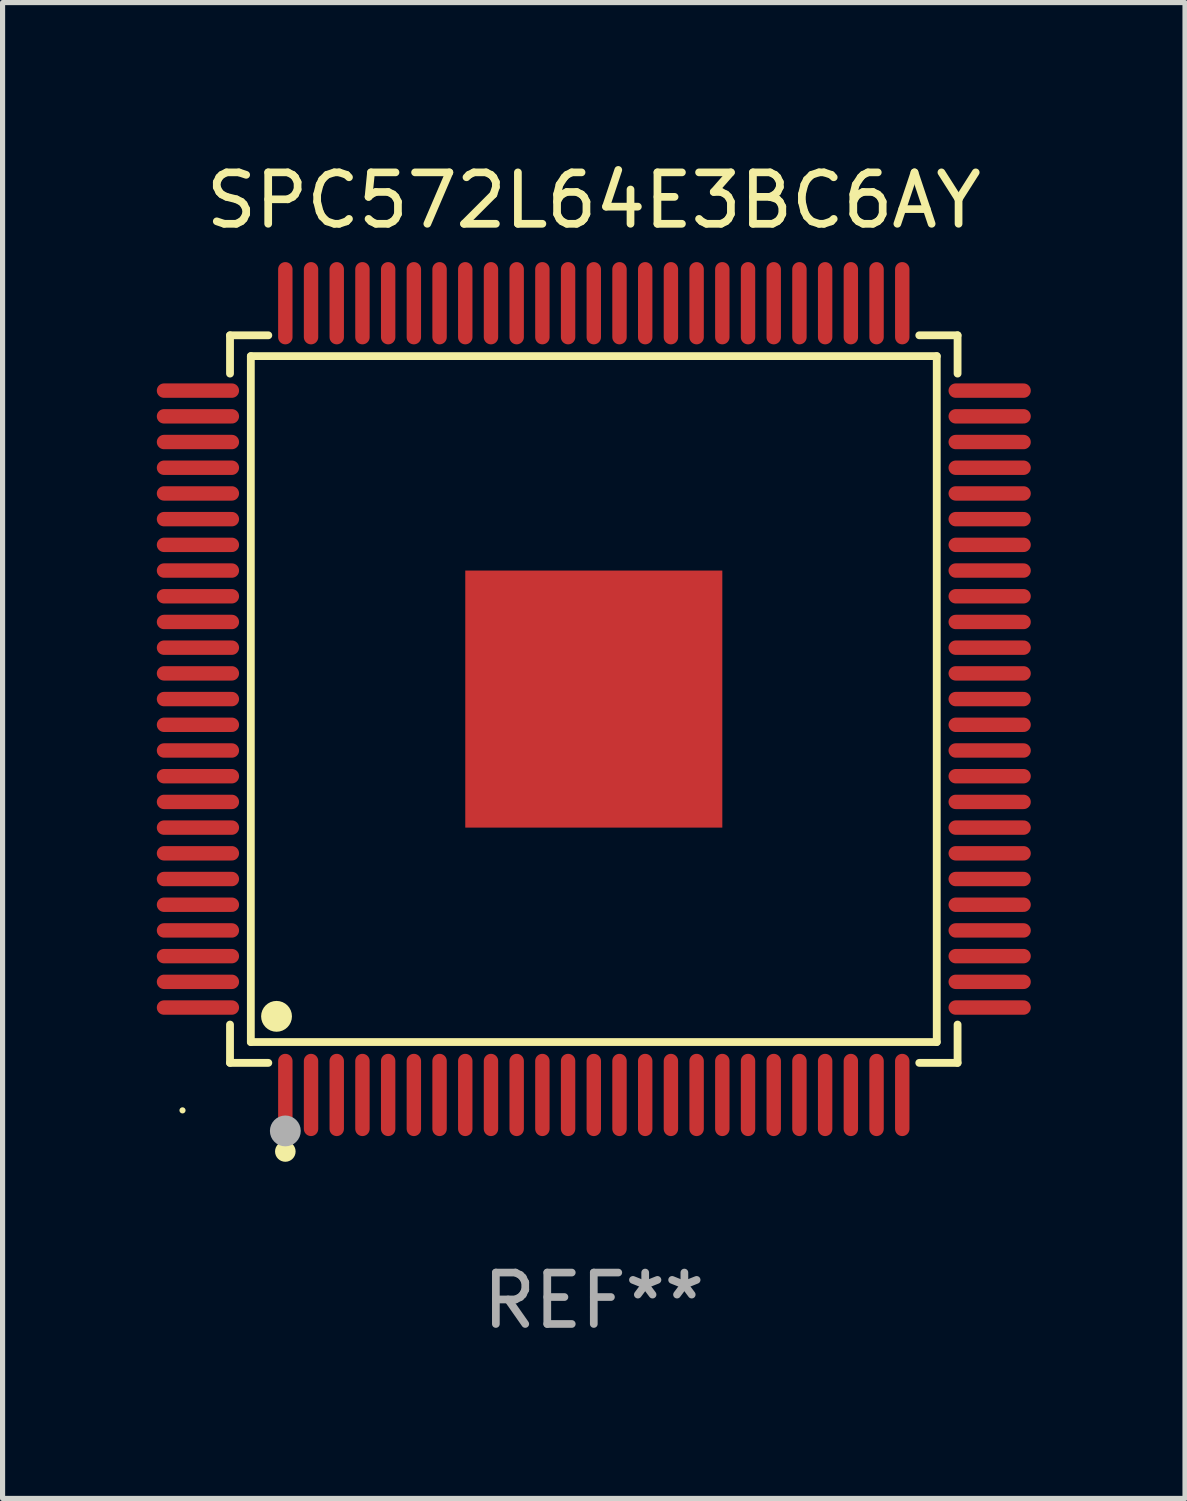
<source format=kicad_pcb>
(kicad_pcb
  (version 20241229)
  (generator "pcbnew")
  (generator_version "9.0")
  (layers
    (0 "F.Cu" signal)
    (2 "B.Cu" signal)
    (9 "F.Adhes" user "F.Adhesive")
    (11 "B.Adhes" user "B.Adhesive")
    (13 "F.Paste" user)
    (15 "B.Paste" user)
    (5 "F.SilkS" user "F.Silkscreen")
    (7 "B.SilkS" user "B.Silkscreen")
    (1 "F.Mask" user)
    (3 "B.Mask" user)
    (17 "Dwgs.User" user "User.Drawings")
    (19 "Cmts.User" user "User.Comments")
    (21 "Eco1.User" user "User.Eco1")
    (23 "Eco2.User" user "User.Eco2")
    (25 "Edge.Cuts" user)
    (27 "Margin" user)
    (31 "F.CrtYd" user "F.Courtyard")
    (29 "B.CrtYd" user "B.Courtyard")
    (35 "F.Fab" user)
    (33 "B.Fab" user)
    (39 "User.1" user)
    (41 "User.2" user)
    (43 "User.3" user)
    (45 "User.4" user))
  (footprint "SPC572L64E3BC6AY"
    (layer "F.Cu")
    (at 8.5 10.548)
    (property "Reference" "SPC572L64E3BC6AY" (at 0 -9.7 0) (layer "F.SilkS") (effects (font (size 1 1) (thickness 0.15))))
    (attr through_hole)
    (fp_line (start -7.076 -7.076) (end -6.331 -7.076) (stroke (width 0.152) (type solid)) (layer "F.SilkS"))
    (fp_line (start -7.076 -6.331) (end -7.076 -7.076) (stroke (width 0.152) (type solid)) (layer "F.SilkS"))
    (fp_line (start -7.076 6.331) (end -7.076 7.076) (stroke (width 0.152) (type solid)) (layer "F.SilkS"))
    (fp_line (start -7.076 7.076) (end -6.331 7.076) (stroke (width 0.152) (type solid)) (layer "F.SilkS"))
    (fp_line (start -6.671 -6.671) (end 6.671 -6.671) (stroke (width 0.152) (type solid)) (layer "F.SilkS"))
    (fp_line (start -6.671 6.671) (end -6.671 -6.671) (stroke (width 0.152) (type solid)) (layer "F.SilkS"))
    (fp_line (start 6.671 -6.671) (end 6.671 6.671) (stroke (width 0.152) (type solid)) (layer "F.SilkS"))
    (fp_line (start 6.671 6.671) (end -6.671 6.671) (stroke (width 0.152) (type solid)) (layer "F.SilkS"))
    (fp_line (start 7.076 -7.076) (end 6.331 -7.076) (stroke (width 0.152) (type solid)) (layer "F.SilkS"))
    (fp_line (start 7.076 -6.331) (end 7.076 -7.076) (stroke (width 0.152) (type solid)) (layer "F.SilkS"))
    (fp_line (start 7.076 6.331) (end 7.076 7.076) (stroke (width 0.152) (type solid)) (layer "F.SilkS"))
    (fp_line (start 7.076 7.076) (end 6.331 7.076) (stroke (width 0.152) (type solid)) (layer "F.SilkS"))
    (fp_circle (center -8 8) (end -7.97 8) (stroke (width 0.06) (type solid)) (fill no) (layer "F.SilkS"))
    (fp_circle (center -6.171 6.171) (end -6.021 6.171) (stroke (width 0.3) (type solid)) (fill no) (layer "F.SilkS"))
    (fp_circle (center -6 8.8) (end -5.9 8.8) (stroke (width 0.2) (type solid)) (fill no) (layer "F.SilkS"))
    (fp_circle (center -6 8.4) (end -5.85 8.4) (stroke (width 0.3) (type solid)) (fill no) (layer "F.Fab"))
    (fp_text user "REF**" (at 0 11.7 0) (layer "F.Fab") (effects (font (size 1 1) (thickness 0.15))))
    (pad "1" smd oval (at -6 7.7) (size 0.28 1.6) (layers "F.Cu" "F.Mask" "F.Paste"))
    (pad "2" smd oval (at -5.5 7.7) (size 0.28 1.6) (layers "F.Cu" "F.Mask" "F.Paste"))
    (pad "3" smd oval (at -5 7.7) (size 0.28 1.6) (layers "F.Cu" "F.Mask" "F.Paste"))
    (pad "4" smd oval (at -4.5 7.7) (size 0.28 1.6) (layers "F.Cu" "F.Mask" "F.Paste"))
    (pad "5" smd oval (at -4 7.7) (size 0.28 1.6) (layers "F.Cu" "F.Mask" "F.Paste"))
    (pad "6" smd oval (at -3.5 7.7) (size 0.28 1.6) (layers "F.Cu" "F.Mask" "F.Paste"))
    (pad "7" smd oval (at -3 7.7) (size 0.28 1.6) (layers "F.Cu" "F.Mask" "F.Paste"))
    (pad "8" smd oval (at -2.5 7.7) (size 0.28 1.6) (layers "F.Cu" "F.Mask" "F.Paste"))
    (pad "9" smd oval (at -2 7.7) (size 0.28 1.6) (layers "F.Cu" "F.Mask" "F.Paste"))
    (pad "10" smd oval (at -1.5 7.7) (size 0.28 1.6) (layers "F.Cu" "F.Mask" "F.Paste"))
    (pad "11" smd oval (at -1 7.7) (size 0.28 1.6) (layers "F.Cu" "F.Mask" "F.Paste"))
    (pad "12" smd oval (at -0.5 7.7) (size 0.28 1.6) (layers "F.Cu" "F.Mask" "F.Paste"))
    (pad "13" smd oval (at 0 7.7) (size 0.28 1.6) (layers "F.Cu" "F.Mask" "F.Paste"))
    (pad "14" smd oval (at 0.5 7.7) (size 0.28 1.6) (layers "F.Cu" "F.Mask" "F.Paste"))
    (pad "15" smd oval (at 1 7.7) (size 0.28 1.6) (layers "F.Cu" "F.Mask" "F.Paste"))
    (pad "16" smd oval (at 1.5 7.7) (size 0.28 1.6) (layers "F.Cu" "F.Mask" "F.Paste"))
    (pad "17" smd oval (at 2 7.7) (size 0.28 1.6) (layers "F.Cu" "F.Mask" "F.Paste"))
    (pad "18" smd oval (at 2.5 7.7) (size 0.28 1.6) (layers "F.Cu" "F.Mask" "F.Paste"))
    (pad "19" smd oval (at 3 7.7) (size 0.28 1.6) (layers "F.Cu" "F.Mask" "F.Paste"))
    (pad "20" smd oval (at 3.5 7.7) (size 0.28 1.6) (layers "F.Cu" "F.Mask" "F.Paste"))
    (pad "21" smd oval (at 4 7.7) (size 0.28 1.6) (layers "F.Cu" "F.Mask" "F.Paste"))
    (pad "22" smd oval (at 4.5 7.7) (size 0.28 1.6) (layers "F.Cu" "F.Mask" "F.Paste"))
    (pad "23" smd oval (at 5 7.7) (size 0.28 1.6) (layers "F.Cu" "F.Mask" "F.Paste"))
    (pad "24" smd oval (at 5.5 7.7) (size 0.28 1.6) (layers "F.Cu" "F.Mask" "F.Paste"))
    (pad "25" smd oval (at 6 7.7) (size 0.28 1.6) (layers "F.Cu" "F.Mask" "F.Paste"))
    (pad "26" smd oval (at 7.7 6) (size 1.6 0.28) (layers "F.Cu" "F.Mask" "F.Paste"))
    (pad "27" smd oval (at 7.7 5.5) (size 1.6 0.28) (layers "F.Cu" "F.Mask" "F.Paste"))
    (pad "28" smd oval (at 7.7 5) (size 1.6 0.28) (layers "F.Cu" "F.Mask" "F.Paste"))
    (pad "29" smd oval (at 7.7 4.5) (size 1.6 0.28) (layers "F.Cu" "F.Mask" "F.Paste"))
    (pad "30" smd oval (at 7.7 4) (size 1.6 0.28) (layers "F.Cu" "F.Mask" "F.Paste"))
    (pad "31" smd oval (at 7.7 3.5) (size 1.6 0.28) (layers "F.Cu" "F.Mask" "F.Paste"))
    (pad "32" smd oval (at 7.7 3) (size 1.6 0.28) (layers "F.Cu" "F.Mask" "F.Paste"))
    (pad "33" smd oval (at 7.7 2.5) (size 1.6 0.28) (layers "F.Cu" "F.Mask" "F.Paste"))
    (pad "34" smd oval (at 7.7 2) (size 1.6 0.28) (layers "F.Cu" "F.Mask" "F.Paste"))
    (pad "35" smd oval (at 7.7 1.5) (size 1.6 0.28) (layers "F.Cu" "F.Mask" "F.Paste"))
    (pad "36" smd oval (at 7.7 1) (size 1.6 0.28) (layers "F.Cu" "F.Mask" "F.Paste"))
    (pad "37" smd oval (at 7.7 0.5) (size 1.6 0.28) (layers "F.Cu" "F.Mask" "F.Paste"))
    (pad "38" smd oval (at 7.7 0) (size 1.6 0.28) (layers "F.Cu" "F.Mask" "F.Paste"))
    (pad "39" smd oval (at 7.7 -0.5) (size 1.6 0.28) (layers "F.Cu" "F.Mask" "F.Paste"))
    (pad "40" smd oval (at 7.7 -1) (size 1.6 0.28) (layers "F.Cu" "F.Mask" "F.Paste"))
    (pad "41" smd oval (at 7.7 -1.5) (size 1.6 0.28) (layers "F.Cu" "F.Mask" "F.Paste"))
    (pad "42" smd oval (at 7.7 -2) (size 1.6 0.28) (layers "F.Cu" "F.Mask" "F.Paste"))
    (pad "43" smd oval (at 7.7 -2.5) (size 1.6 0.28) (layers "F.Cu" "F.Mask" "F.Paste"))
    (pad "44" smd oval (at 7.7 -3) (size 1.6 0.28) (layers "F.Cu" "F.Mask" "F.Paste"))
    (pad "45" smd oval (at 7.7 -3.5) (size 1.6 0.28) (layers "F.Cu" "F.Mask" "F.Paste"))
    (pad "46" smd oval (at 7.7 -4) (size 1.6 0.28) (layers "F.Cu" "F.Mask" "F.Paste"))
    (pad "47" smd oval (at 7.7 -4.5) (size 1.6 0.28) (layers "F.Cu" "F.Mask" "F.Paste"))
    (pad "48" smd oval (at 7.7 -5) (size 1.6 0.28) (layers "F.Cu" "F.Mask" "F.Paste"))
    (pad "49" smd oval (at 7.7 -5.5) (size 1.6 0.28) (layers "F.Cu" "F.Mask" "F.Paste"))
    (pad "50" smd oval (at 7.7 -6) (size 1.6 0.28) (layers "F.Cu" "F.Mask" "F.Paste"))
    (pad "51" smd oval (at 6 -7.7) (size 0.28 1.6) (layers "F.Cu" "F.Mask" "F.Paste"))
    (pad "52" smd oval (at 5.5 -7.7) (size 0.28 1.6) (layers "F.Cu" "F.Mask" "F.Paste"))
    (pad "53" smd oval (at 5 -7.7) (size 0.28 1.6) (layers "F.Cu" "F.Mask" "F.Paste"))
    (pad "54" smd oval (at 4.5 -7.7) (size 0.28 1.6) (layers "F.Cu" "F.Mask" "F.Paste"))
    (pad "55" smd oval (at 4 -7.7) (size 0.28 1.6) (layers "F.Cu" "F.Mask" "F.Paste"))
    (pad "56" smd oval (at 3.5 -7.7) (size 0.28 1.6) (layers "F.Cu" "F.Mask" "F.Paste"))
    (pad "57" smd oval (at 3 -7.7) (size 0.28 1.6) (layers "F.Cu" "F.Mask" "F.Paste"))
    (pad "58" smd oval (at 2.5 -7.7) (size 0.28 1.6) (layers "F.Cu" "F.Mask" "F.Paste"))
    (pad "59" smd oval (at 2 -7.7) (size 0.28 1.6) (layers "F.Cu" "F.Mask" "F.Paste"))
    (pad "60" smd oval (at 1.5 -7.7) (size 0.28 1.6) (layers "F.Cu" "F.Mask" "F.Paste"))
    (pad "61" smd oval (at 1 -7.7) (size 0.28 1.6) (layers "F.Cu" "F.Mask" "F.Paste"))
    (pad "62" smd oval (at 0.5 -7.7) (size 0.28 1.6) (layers "F.Cu" "F.Mask" "F.Paste"))
    (pad "63" smd oval (at 0 -7.7) (size 0.28 1.6) (layers "F.Cu" "F.Mask" "F.Paste"))
    (pad "64" smd oval (at -0.5 -7.7) (size 0.28 1.6) (layers "F.Cu" "F.Mask" "F.Paste"))
    (pad "65" smd oval (at -1 -7.7) (size 0.28 1.6) (layers "F.Cu" "F.Mask" "F.Paste"))
    (pad "66" smd oval (at -1.5 -7.7) (size 0.28 1.6) (layers "F.Cu" "F.Mask" "F.Paste"))
    (pad "67" smd oval (at -2 -7.7) (size 0.28 1.6) (layers "F.Cu" "F.Mask" "F.Paste"))
    (pad "68" smd oval (at -2.5 -7.7) (size 0.28 1.6) (layers "F.Cu" "F.Mask" "F.Paste"))
    (pad "69" smd oval (at -3 -7.7) (size 0.28 1.6) (layers "F.Cu" "F.Mask" "F.Paste"))
    (pad "70" smd oval (at -3.5 -7.7) (size 0.28 1.6) (layers "F.Cu" "F.Mask" "F.Paste"))
    (pad "71" smd oval (at -4 -7.7) (size 0.28 1.6) (layers "F.Cu" "F.Mask" "F.Paste"))
    (pad "72" smd oval (at -4.5 -7.7) (size 0.28 1.6) (layers "F.Cu" "F.Mask" "F.Paste"))
    (pad "73" smd oval (at -5 -7.7) (size 0.28 1.6) (layers "F.Cu" "F.Mask" "F.Paste"))
    (pad "74" smd oval (at -5.5 -7.7) (size 0.28 1.6) (layers "F.Cu" "F.Mask" "F.Paste"))
    (pad "75" smd oval (at -6 -7.7) (size 0.28 1.6) (layers "F.Cu" "F.Mask" "F.Paste"))
    (pad "76" smd oval (at -7.7 -6) (size 1.6 0.28) (layers "F.Cu" "F.Mask" "F.Paste"))
    (pad "77" smd oval (at -7.7 -5.5) (size 1.6 0.28) (layers "F.Cu" "F.Mask" "F.Paste"))
    (pad "78" smd oval (at -7.7 -5) (size 1.6 0.28) (layers "F.Cu" "F.Mask" "F.Paste"))
    (pad "79" smd oval (at -7.7 -4.5) (size 1.6 0.28) (layers "F.Cu" "F.Mask" "F.Paste"))
    (pad "80" smd oval (at -7.7 -4) (size 1.6 0.28) (layers "F.Cu" "F.Mask" "F.Paste"))
    (pad "81" smd oval (at -7.7 -3.5) (size 1.6 0.28) (layers "F.Cu" "F.Mask" "F.Paste"))
    (pad "82" smd oval (at -7.7 -3) (size 1.6 0.28) (layers "F.Cu" "F.Mask" "F.Paste"))
    (pad "83" smd oval (at -7.7 -2.5) (size 1.6 0.28) (layers "F.Cu" "F.Mask" "F.Paste"))
    (pad "84" smd oval (at -7.7 -2) (size 1.6 0.28) (layers "F.Cu" "F.Mask" "F.Paste"))
    (pad "85" smd oval (at -7.7 -1.5) (size 1.6 0.28) (layers "F.Cu" "F.Mask" "F.Paste"))
    (pad "86" smd oval (at -7.7 -1) (size 1.6 0.28) (layers "F.Cu" "F.Mask" "F.Paste"))
    (pad "87" smd oval (at -7.7 -0.5) (size 1.6 0.28) (layers "F.Cu" "F.Mask" "F.Paste"))
    (pad "88" smd oval (at -7.7 0) (size 1.6 0.28) (layers "F.Cu" "F.Mask" "F.Paste"))
    (pad "89" smd oval (at -7.7 0.5) (size 1.6 0.28) (layers "F.Cu" "F.Mask" "F.Paste"))
    (pad "90" smd oval (at -7.7 1) (size 1.6 0.28) (layers "F.Cu" "F.Mask" "F.Paste"))
    (pad "91" smd oval (at -7.7 1.5) (size 1.6 0.28) (layers "F.Cu" "F.Mask" "F.Paste"))
    (pad "92" smd oval (at -7.7 2) (size 1.6 0.28) (layers "F.Cu" "F.Mask" "F.Paste"))
    (pad "93" smd oval (at -7.7 2.5) (size 1.6 0.28) (layers "F.Cu" "F.Mask" "F.Paste"))
    (pad "94" smd oval (at -7.7 3) (size 1.6 0.28) (layers "F.Cu" "F.Mask" "F.Paste"))
    (pad "95" smd oval (at -7.7 3.5) (size 1.6 0.28) (layers "F.Cu" "F.Mask" "F.Paste"))
    (pad "96" smd oval (at -7.7 4) (size 1.6 0.28) (layers "F.Cu" "F.Mask" "F.Paste"))
    (pad "97" smd oval (at -7.7 4.5) (size 1.6 0.28) (layers "F.Cu" "F.Mask" "F.Paste"))
    (pad "98" smd oval (at -7.7 5) (size 1.6 0.28) (layers "F.Cu" "F.Mask" "F.Paste"))
    (pad "99" smd oval (at -7.7 5.5) (size 1.6 0.28) (layers "F.Cu" "F.Mask" "F.Paste"))
    (pad "100" smd oval (at -7.7 6) (size 1.6 0.28) (layers "F.Cu" "F.Mask" "F.Paste"))
    (pad "101" smd rect (at 0 0) (size 5 5) (layers "F.Cu" "F.Mask" "F.Paste")))
  (gr_rect
    (start -3 -3)
    (end 20 26.097)
    (stroke (width 0.1) (type default))
    (fill no)
    (layer "Edge.Cuts")))
</source>
